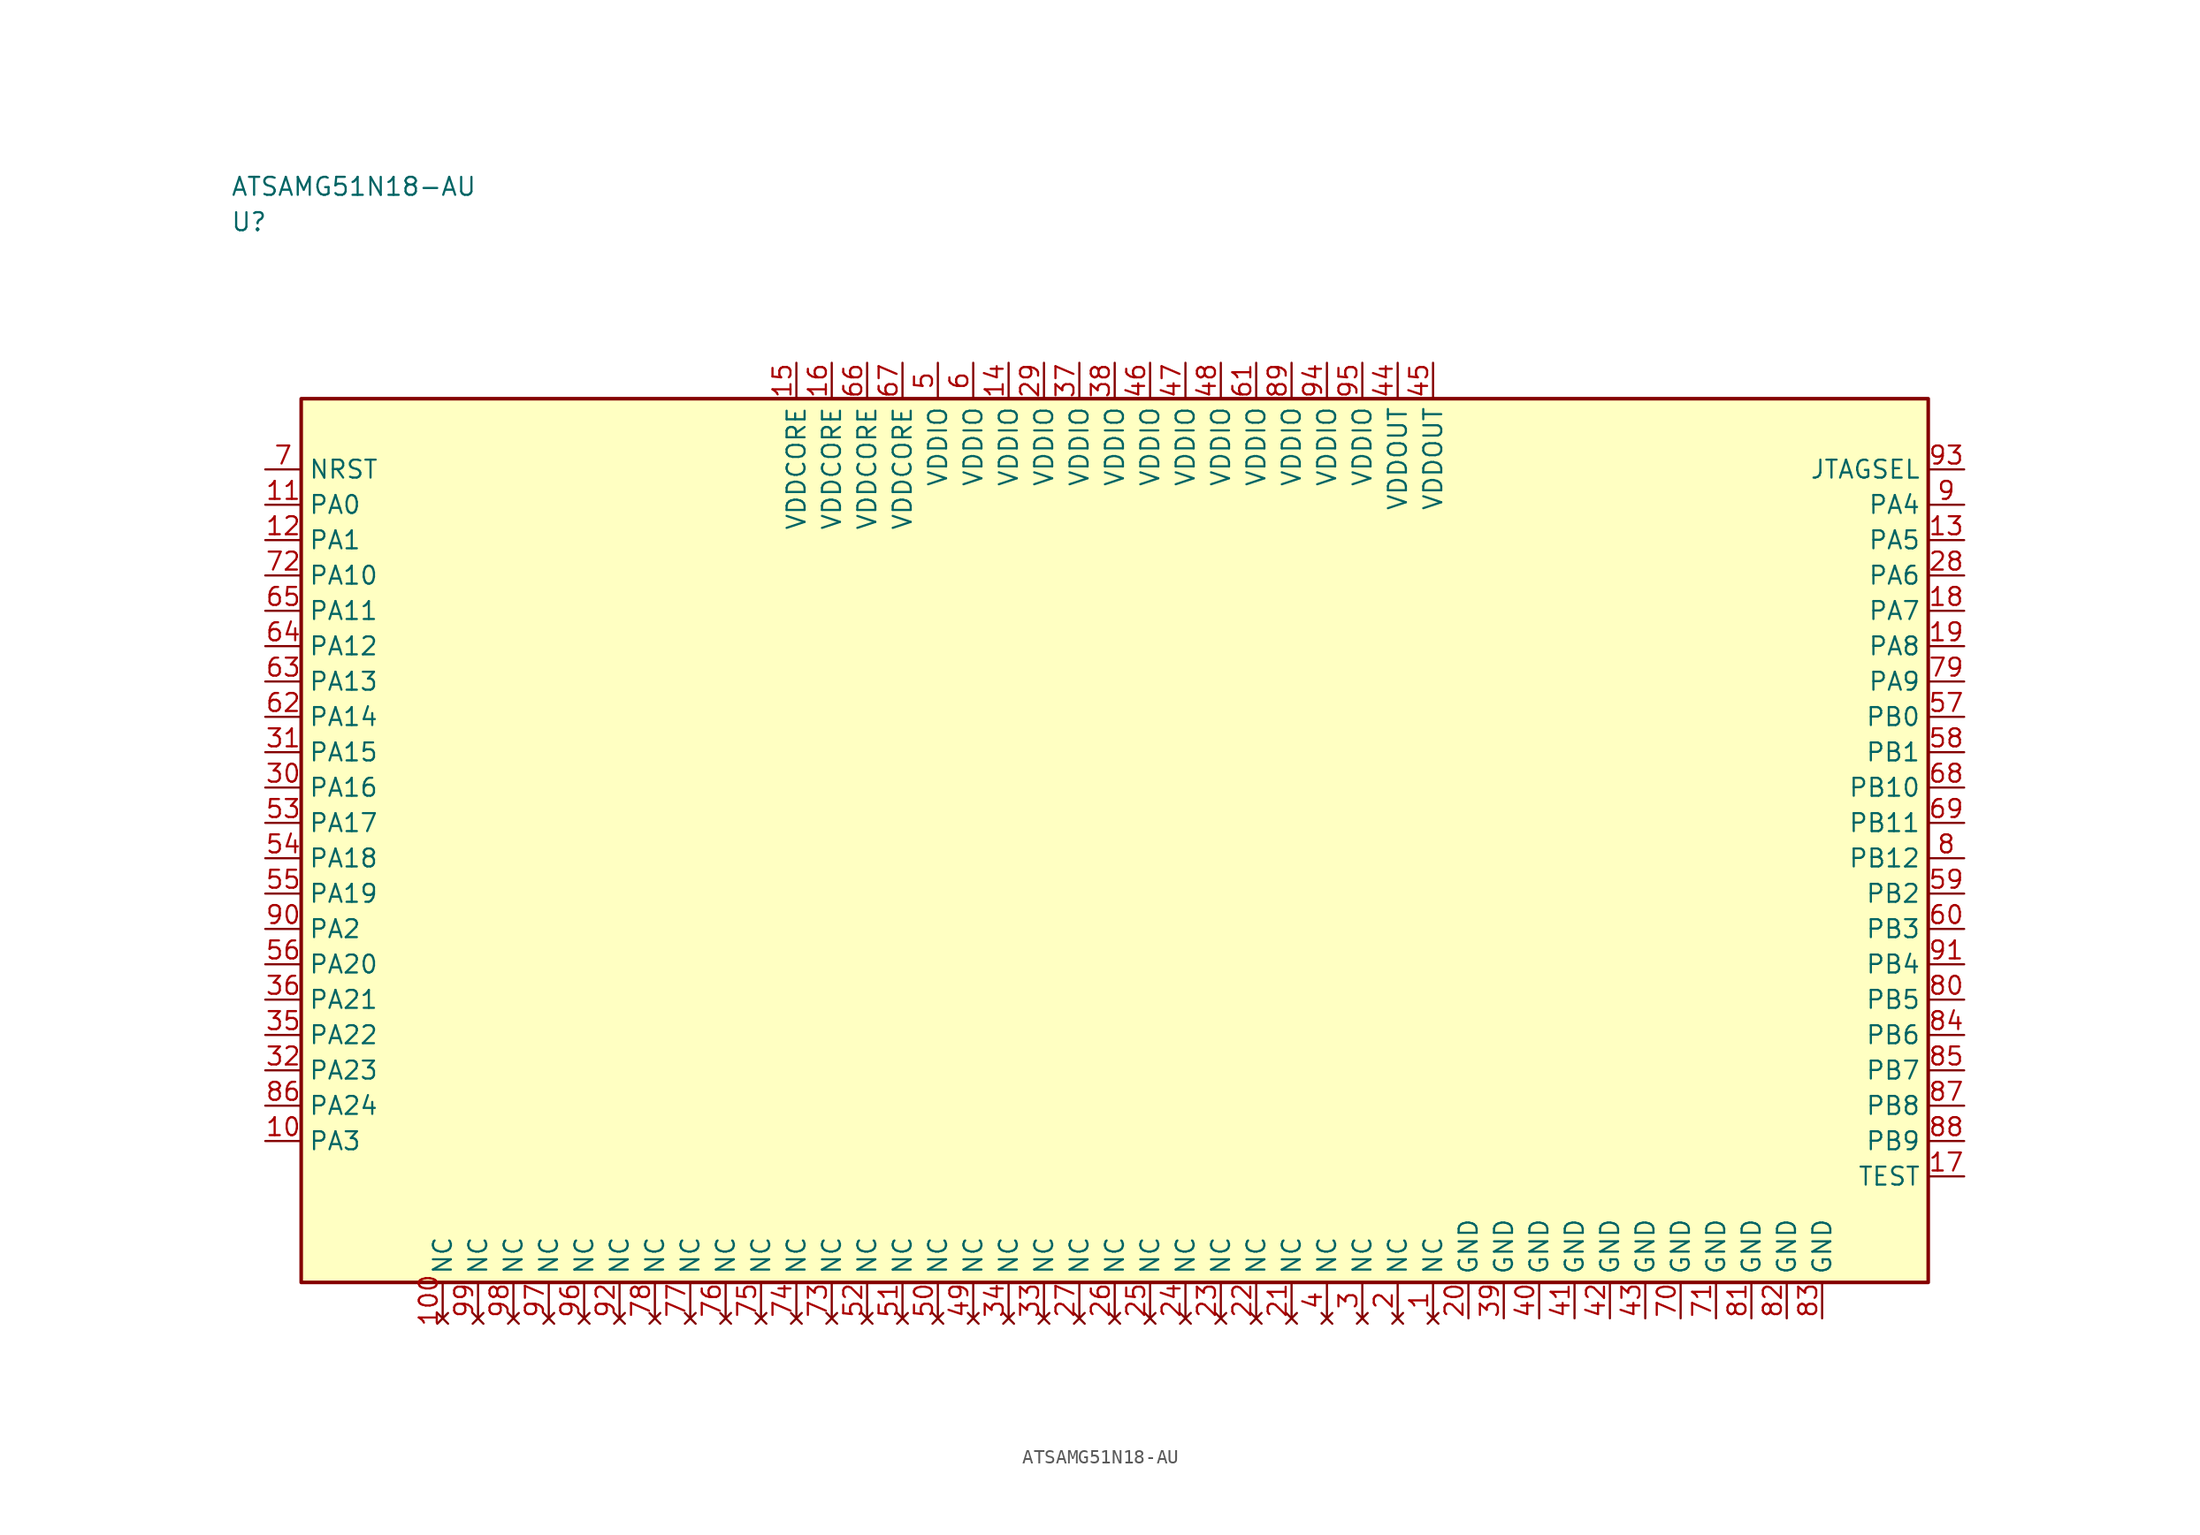
<source format=kicad_sym>
(kicad_symbol_lib
  (version 20241025)
  (generator "kicad_symbol_editor")
  (generator_version "8.0")
  (symbol "ATSAMG51N18-AU"
    (property "Reference" "U"
      (at -62.5 43.75 0)
      (effects (font (size 1.27 1.27)) (justify left)))
    (property "Value" "ATSAMG51N18-AU"
      (at -62.5 46.25 0)
      (effects (font (size 1.27 1.27)) (justify left)))
    (symbol "ATSAMG51N18-AU_0_1"
      (rectangle (start -57.5 31.25) (end 57.5 -31.25) (stroke (width 0.254) (type default)) (fill (type background))))
    (symbol "ATSAMG51N18-AU_1_1"
      (pin bidirectional line (at -60.04 23.75 0.0) (length 2.54) (name "PA0" (effects (font (size 1.27 1.27)))) (number "11" (effects (font (size 1.27 1.27)))))
      (pin bidirectional line (at -60.04 21.25 0.0) (length 2.54) (name "PA1" (effects (font (size 1.27 1.27)))) (number "12" (effects (font (size 1.27 1.27)))))
      (pin bidirectional line (at -60.04 -6.25 0.0) (length 2.54) (name "PA2" (effects (font (size 1.27 1.27)))) (number "90" (effects (font (size 1.27 1.27)))))
      (pin bidirectional line (at -60.04 -21.25 0.0) (length 2.54) (name "PA3" (effects (font (size 1.27 1.27)))) (number "10" (effects (font (size 1.27 1.27)))))
      (pin bidirectional line (at 60.04 23.75 180.0) (length 2.54) (name "PA4" (effects (font (size 1.27 1.27)))) (number "9" (effects (font (size 1.27 1.27)))))
      (pin bidirectional line (at 60.04 21.25 180.0) (length 2.54) (name "PA5" (effects (font (size 1.27 1.27)))) (number "13" (effects (font (size 1.27 1.27)))))
      (pin bidirectional line (at 60.04 18.75 180.0) (length 2.54) (name "PA6" (effects (font (size 1.27 1.27)))) (number "28" (effects (font (size 1.27 1.27)))))
      (pin bidirectional line (at 60.04 16.25 180.0) (length 2.54) (name "PA7" (effects (font (size 1.27 1.27)))) (number "18" (effects (font (size 1.27 1.27)))))
      (pin bidirectional line (at 60.04 13.75 180.0) (length 2.54) (name "PA8" (effects (font (size 1.27 1.27)))) (number "19" (effects (font (size 1.27 1.27)))))
      (pin bidirectional line (at 60.04 11.25 180.0) (length 2.54) (name "PA9" (effects (font (size 1.27 1.27)))) (number "79" (effects (font (size 1.27 1.27)))))
      (pin bidirectional line (at -60.04 18.75 0.0) (length 2.54) (name "PA10" (effects (font (size 1.27 1.27)))) (number "72" (effects (font (size 1.27 1.27)))))
      (pin bidirectional line (at -60.04 16.25 0.0) (length 2.54) (name "PA11" (effects (font (size 1.27 1.27)))) (number "65" (effects (font (size 1.27 1.27)))))
      (pin bidirectional line (at -60.04 13.75 0.0) (length 2.54) (name "PA12" (effects (font (size 1.27 1.27)))) (number "64" (effects (font (size 1.27 1.27)))))
      (pin bidirectional line (at -60.04 11.25 0.0) (length 2.54) (name "PA13" (effects (font (size 1.27 1.27)))) (number "63" (effects (font (size 1.27 1.27)))))
      (pin bidirectional line (at -60.04 8.75 0.0) (length 2.54) (name "PA14" (effects (font (size 1.27 1.27)))) (number "62" (effects (font (size 1.27 1.27)))))
      (pin bidirectional line (at -60.04 6.25 0.0) (length 2.54) (name "PA15" (effects (font (size 1.27 1.27)))) (number "31" (effects (font (size 1.27 1.27)))))
      (pin bidirectional line (at -60.04 3.75 0.0) (length 2.54) (name "PA16" (effects (font (size 1.27 1.27)))) (number "30" (effects (font (size 1.27 1.27)))))
      (pin bidirectional line (at -60.04 1.25 0.0) (length 2.54) (name "PA17" (effects (font (size 1.27 1.27)))) (number "53" (effects (font (size 1.27 1.27)))))
      (pin bidirectional line (at -60.04 -1.25 0.0) (length 2.54) (name "PA18" (effects (font (size 1.27 1.27)))) (number "54" (effects (font (size 1.27 1.27)))))
      (pin bidirectional line (at -60.04 -3.75 0.0) (length 2.54) (name "PA19" (effects (font (size 1.27 1.27)))) (number "55" (effects (font (size 1.27 1.27)))))
      (pin bidirectional line (at -60.04 -8.75 0.0) (length 2.54) (name "PA20" (effects (font (size 1.27 1.27)))) (number "56" (effects (font (size 1.27 1.27)))))
      (pin bidirectional line (at -60.04 -11.25 0.0) (length 2.54) (name "PA21" (effects (font (size 1.27 1.27)))) (number "36" (effects (font (size 1.27 1.27)))))
      (pin bidirectional line (at -60.04 -13.75 0.0) (length 2.54) (name "PA22" (effects (font (size 1.27 1.27)))) (number "35" (effects (font (size 1.27 1.27)))))
      (pin bidirectional line (at -60.04 -16.25 0.0) (length 2.54) (name "PA23" (effects (font (size 1.27 1.27)))) (number "32" (effects (font (size 1.27 1.27)))))
      (pin bidirectional line (at -60.04 -18.75 0.0) (length 2.54) (name "PA24" (effects (font (size 1.27 1.27)))) (number "86" (effects (font (size 1.27 1.27)))))
      (pin bidirectional line (at 60.04 8.75 180.0) (length 2.54) (name "PB0" (effects (font (size 1.27 1.27)))) (number "57" (effects (font (size 1.27 1.27)))))
      (pin bidirectional line (at 60.04 6.25 180.0) (length 2.54) (name "PB1" (effects (font (size 1.27 1.27)))) (number "58" (effects (font (size 1.27 1.27)))))
      (pin bidirectional line (at 60.04 -3.75 180.0) (length 2.54) (name "PB2" (effects (font (size 1.27 1.27)))) (number "59" (effects (font (size 1.27 1.27)))))
      (pin bidirectional line (at 60.04 -6.25 180.0) (length 2.54) (name "PB3" (effects (font (size 1.27 1.27)))) (number "60" (effects (font (size 1.27 1.27)))))
      (pin bidirectional line (at 60.04 -11.25 180.0) (length 2.54) (name "PB5" (effects (font (size 1.27 1.27)))) (number "80" (effects (font (size 1.27 1.27)))))
      (pin bidirectional line (at 60.04 -13.75 180.0) (length 2.54) (name "PB6" (effects (font (size 1.27 1.27)))) (number "84" (effects (font (size 1.27 1.27)))))
      (pin bidirectional line (at 60.04 -8.75 180.0) (length 2.54) (name "PB4" (effects (font (size 1.27 1.27)))) (number "91" (effects (font (size 1.27 1.27)))))
      (pin bidirectional line (at 60.04 -16.25 180.0) (length 2.54) (name "PB7" (effects (font (size 1.27 1.27)))) (number "85" (effects (font (size 1.27 1.27)))))
      (pin bidirectional line (at 60.04 -18.75 180.0) (length 2.54) (name "PB8" (effects (font (size 1.27 1.27)))) (number "87" (effects (font (size 1.27 1.27)))))
      (pin bidirectional line (at 60.04 -21.25 180.0) (length 2.54) (name "PB9" (effects (font (size 1.27 1.27)))) (number "88" (effects (font (size 1.27 1.27)))))
      (pin bidirectional line (at 60.04 3.75 180.0) (length 2.54) (name "PB10" (effects (font (size 1.27 1.27)))) (number "68" (effects (font (size 1.27 1.27)))))
      (pin bidirectional line (at 60.04 1.25 180.0) (length 2.54) (name "PB11" (effects (font (size 1.27 1.27)))) (number "69" (effects (font (size 1.27 1.27)))))
      (pin bidirectional line (at 60.04 -1.25 180.0) (length 2.54) (name "PB12" (effects (font (size 1.27 1.27)))) (number "8" (effects (font (size 1.27 1.27)))))
      (pin no_connect line (at 22.5 -33.79 90.0) (length 2.54) (name "NC" (effects (font (size 1.27 1.27)))) (number "1" (effects (font (size 1.27 1.27)))))
      (pin no_connect line (at 20.0 -33.79 90.0) (length 2.54) (name "NC" (effects (font (size 1.27 1.27)))) (number "2" (effects (font (size 1.27 1.27)))))
      (pin no_connect line (at 17.5 -33.79 90.0) (length 2.54) (name "NC" (effects (font (size 1.27 1.27)))) (number "3" (effects (font (size 1.27 1.27)))))
      (pin no_connect line (at 15.0 -33.79 90.0) (length 2.54) (name "NC" (effects (font (size 1.27 1.27)))) (number "4" (effects (font (size 1.27 1.27)))))
      (pin power_in line (at -12.5 33.79 270.0) (length 2.54) (name "VDDIO" (effects (font (size 1.27 1.27)))) (number "5" (effects (font (size 1.27 1.27)))))
      (pin power_in line (at -10.0 33.79 270.0) (length 2.54) (name "VDDIO" (effects (font (size 1.27 1.27)))) (number "6" (effects (font (size 1.27 1.27)))))
      (pin input line (at -60.04 26.25 0.0) (length 2.54) (name "NRST" (effects (font (size 1.27 1.27)))) (number "7" (effects (font (size 1.27 1.27)))))
      (pin power_in line (at -7.5 33.79 270.0) (length 2.54) (name "VDDIO" (effects (font (size 1.27 1.27)))) (number "14" (effects (font (size 1.27 1.27)))))
      (pin power_in line (at -22.5 33.79 270.0) (length 2.54) (name "VDDCORE" (effects (font (size 1.27 1.27)))) (number "15" (effects (font (size 1.27 1.27)))))
      (pin power_in line (at -20.0 33.79 270.0) (length 2.54) (name "VDDCORE" (effects (font (size 1.27 1.27)))) (number "16" (effects (font (size 1.27 1.27)))))
      (pin bidirectional line (at 60.04 -23.75 180.0) (length 2.54) (name "TEST" (effects (font (size 1.27 1.27)))) (number "17" (effects (font (size 1.27 1.27)))))
      (pin passive line (at 25.0 -33.79 90.0) (length 2.54) (name "GND" (effects (font (size 1.27 1.27)))) (number "20" (effects (font (size 1.27 1.27)))))
      (pin no_connect line (at 12.5 -33.79 90.0) (length 2.54) (name "NC" (effects (font (size 1.27 1.27)))) (number "21" (effects (font (size 1.27 1.27)))))
      (pin no_connect line (at 10.0 -33.79 90.0) (length 2.54) (name "NC" (effects (font (size 1.27 1.27)))) (number "22" (effects (font (size 1.27 1.27)))))
      (pin no_connect line (at 7.5 -33.79 90.0) (length 2.54) (name "NC" (effects (font (size 1.27 1.27)))) (number "23" (effects (font (size 1.27 1.27)))))
      (pin no_connect line (at 5.0 -33.79 90.0) (length 2.54) (name "NC" (effects (font (size 1.27 1.27)))) (number "24" (effects (font (size 1.27 1.27)))))
      (pin no_connect line (at 2.5 -33.79 90.0) (length 2.54) (name "NC" (effects (font (size 1.27 1.27)))) (number "25" (effects (font (size 1.27 1.27)))))
      (pin no_connect line (at 0.0 -33.79 90.0) (length 2.54) (name "NC" (effects (font (size 1.27 1.27)))) (number "26" (effects (font (size 1.27 1.27)))))
      (pin no_connect line (at -2.5 -33.79 90.0) (length 2.54) (name "NC" (effects (font (size 1.27 1.27)))) (number "27" (effects (font (size 1.27 1.27)))))
      (pin power_in line (at -5.0 33.79 270.0) (length 2.54) (name "VDDIO" (effects (font (size 1.27 1.27)))) (number "29" (effects (font (size 1.27 1.27)))))
      (pin no_connect line (at -5.0 -33.79 90.0) (length 2.54) (name "NC" (effects (font (size 1.27 1.27)))) (number "33" (effects (font (size 1.27 1.27)))))
      (pin no_connect line (at -7.5 -33.79 90.0) (length 2.54) (name "NC" (effects (font (size 1.27 1.27)))) (number "34" (effects (font (size 1.27 1.27)))))
      (pin power_in line (at -2.5 33.79 270.0) (length 2.54) (name "VDDIO" (effects (font (size 1.27 1.27)))) (number "37" (effects (font (size 1.27 1.27)))))
      (pin power_in line (at 0.0 33.79 270.0) (length 2.54) (name "VDDIO" (effects (font (size 1.27 1.27)))) (number "38" (effects (font (size 1.27 1.27)))))
      (pin passive line (at 27.5 -33.79 90.0) (length 2.54) (name "GND" (effects (font (size 1.27 1.27)))) (number "39" (effects (font (size 1.27 1.27)))))
      (pin passive line (at 30.0 -33.79 90.0) (length 2.54) (name "GND" (effects (font (size 1.27 1.27)))) (number "40" (effects (font (size 1.27 1.27)))))
      (pin passive line (at 32.5 -33.79 90.0) (length 2.54) (name "GND" (effects (font (size 1.27 1.27)))) (number "41" (effects (font (size 1.27 1.27)))))
      (pin passive line (at 35.0 -33.79 90.0) (length 2.54) (name "GND" (effects (font (size 1.27 1.27)))) (number "42" (effects (font (size 1.27 1.27)))))
      (pin passive line (at 37.5 -33.79 90.0) (length 2.54) (name "GND" (effects (font (size 1.27 1.27)))) (number "43" (effects (font (size 1.27 1.27)))))
      (pin power_in line (at 20.0 33.79 270.0) (length 2.54) (name "VDDOUT" (effects (font (size 1.27 1.27)))) (number "44" (effects (font (size 1.27 1.27)))))
      (pin power_in line (at 22.5 33.79 270.0) (length 2.54) (name "VDDOUT" (effects (font (size 1.27 1.27)))) (number "45" (effects (font (size 1.27 1.27)))))
      (pin power_in line (at 2.5 33.79 270.0) (length 2.54) (name "VDDIO" (effects (font (size 1.27 1.27)))) (number "46" (effects (font (size 1.27 1.27)))))
      (pin power_in line (at 5.0 33.79 270.0) (length 2.54) (name "VDDIO" (effects (font (size 1.27 1.27)))) (number "47" (effects (font (size 1.27 1.27)))))
      (pin power_in line (at 7.5 33.79 270.0) (length 2.54) (name "VDDIO" (effects (font (size 1.27 1.27)))) (number "48" (effects (font (size 1.27 1.27)))))
      (pin no_connect line (at -10.0 -33.79 90.0) (length 2.54) (name "NC" (effects (font (size 1.27 1.27)))) (number "49" (effects (font (size 1.27 1.27)))))
      (pin no_connect line (at -12.5 -33.79 90.0) (length 2.54) (name "NC" (effects (font (size 1.27 1.27)))) (number "50" (effects (font (size 1.27 1.27)))))
      (pin no_connect line (at -15.0 -33.79 90.0) (length 2.54) (name "NC" (effects (font (size 1.27 1.27)))) (number "51" (effects (font (size 1.27 1.27)))))
      (pin no_connect line (at -17.5 -33.79 90.0) (length 2.54) (name "NC" (effects (font (size 1.27 1.27)))) (number "52" (effects (font (size 1.27 1.27)))))
      (pin power_in line (at 10.0 33.79 270.0) (length 2.54) (name "VDDIO" (effects (font (size 1.27 1.27)))) (number "61" (effects (font (size 1.27 1.27)))))
      (pin power_in line (at -17.5 33.79 270.0) (length 2.54) (name "VDDCORE" (effects (font (size 1.27 1.27)))) (number "66" (effects (font (size 1.27 1.27)))))
      (pin power_in line (at -15.0 33.79 270.0) (length 2.54) (name "VDDCORE" (effects (font (size 1.27 1.27)))) (number "67" (effects (font (size 1.27 1.27)))))
      (pin passive line (at 40.0 -33.79 90.0) (length 2.54) (name "GND" (effects (font (size 1.27 1.27)))) (number "70" (effects (font (size 1.27 1.27)))))
      (pin passive line (at 42.5 -33.79 90.0) (length 2.54) (name "GND" (effects (font (size 1.27 1.27)))) (number "71" (effects (font (size 1.27 1.27)))))
      (pin no_connect line (at -20.0 -33.79 90.0) (length 2.54) (name "NC" (effects (font (size 1.27 1.27)))) (number "73" (effects (font (size 1.27 1.27)))))
      (pin no_connect line (at -22.5 -33.79 90.0) (length 2.54) (name "NC" (effects (font (size 1.27 1.27)))) (number "74" (effects (font (size 1.27 1.27)))))
      (pin no_connect line (at -25.0 -33.79 90.0) (length 2.54) (name "NC" (effects (font (size 1.27 1.27)))) (number "75" (effects (font (size 1.27 1.27)))))
      (pin no_connect line (at -27.5 -33.79 90.0) (length 2.54) (name "NC" (effects (font (size 1.27 1.27)))) (number "76" (effects (font (size 1.27 1.27)))))
      (pin no_connect line (at -30.0 -33.79 90.0) (length 2.54) (name "NC" (effects (font (size 1.27 1.27)))) (number "77" (effects (font (size 1.27 1.27)))))
      (pin no_connect line (at -32.5 -33.79 90.0) (length 2.54) (name "NC" (effects (font (size 1.27 1.27)))) (number "78" (effects (font (size 1.27 1.27)))))
      (pin passive line (at 45.0 -33.79 90.0) (length 2.54) (name "GND" (effects (font (size 1.27 1.27)))) (number "81" (effects (font (size 1.27 1.27)))))
      (pin passive line (at 47.5 -33.79 90.0) (length 2.54) (name "GND" (effects (font (size 1.27 1.27)))) (number "82" (effects (font (size 1.27 1.27)))))
      (pin passive line (at 50.0 -33.79 90.0) (length 2.54) (name "GND" (effects (font (size 1.27 1.27)))) (number "83" (effects (font (size 1.27 1.27)))))
      (pin power_in line (at 12.5 33.79 270.0) (length 2.54) (name "VDDIO" (effects (font (size 1.27 1.27)))) (number "89" (effects (font (size 1.27 1.27)))))
      (pin no_connect line (at -35.0 -33.79 90.0) (length 2.54) (name "NC" (effects (font (size 1.27 1.27)))) (number "92" (effects (font (size 1.27 1.27)))))
      (pin output line (at 60.04 26.25 180.0) (length 2.54) (name "JTAGSEL" (effects (font (size 1.27 1.27)))) (number "93" (effects (font (size 1.27 1.27)))))
      (pin power_in line (at 15.0 33.79 270.0) (length 2.54) (name "VDDIO" (effects (font (size 1.27 1.27)))) (number "94" (effects (font (size 1.27 1.27)))))
      (pin power_in line (at 17.5 33.79 270.0) (length 2.54) (name "VDDIO" (effects (font (size 1.27 1.27)))) (number "95" (effects (font (size 1.27 1.27)))))
      (pin no_connect line (at -37.5 -33.79 90.0) (length 2.54) (name "NC" (effects (font (size 1.27 1.27)))) (number "96" (effects (font (size 1.27 1.27)))))
      (pin no_connect line (at -40.0 -33.79 90.0) (length 2.54) (name "NC" (effects (font (size 1.27 1.27)))) (number "97" (effects (font (size 1.27 1.27)))))
      (pin no_connect line (at -42.5 -33.79 90.0) (length 2.54) (name "NC" (effects (font (size 1.27 1.27)))) (number "98" (effects (font (size 1.27 1.27)))))
      (pin no_connect line (at -45.0 -33.79 90.0) (length 2.54) (name "NC" (effects (font (size 1.27 1.27)))) (number "99" (effects (font (size 1.27 1.27)))))
      (pin no_connect line (at -47.5 -33.79 90.0) (length 2.54) (name "NC" (effects (font (size 1.27 1.27)))) (number "100" (effects (font (size 1.27 1.27))))))))
</source>
